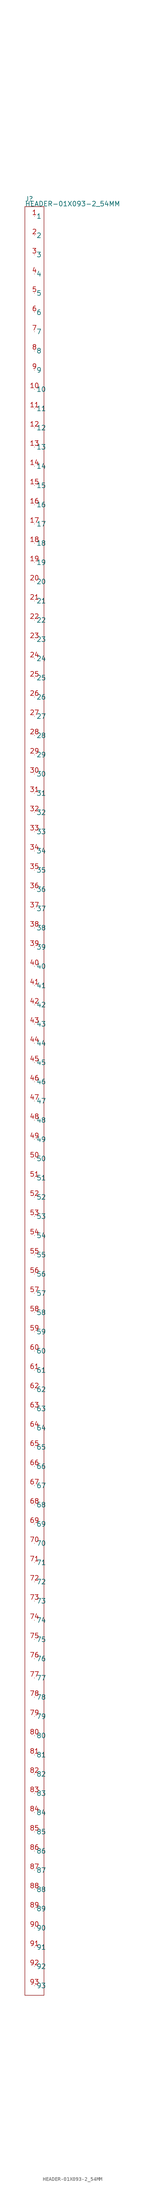
<source format=kicad_sym>
(kicad_symbol_lib
  (version 20211014)
  (generator kicad_symbol_editor)
  (symbol "HEADER-01X093-2_54MM"
    (pin_names)
    (property "Reference" "J"
      (at -2.54 237.49 0)
      (effects (font (size 1.27 1.27)) (justify left bottom)))
    (property "Value" "HEADER-01X093-2_54MM"
      (at -2.54 236.22 0)
      (effects (font (size 1.27 1.27)) (justify left bottom)))
    (property "Datasheet" ""
      (at 0 0 0))
    (property "ki_description" "Header 1x93  - Header Vertical 93POS 2.54MM Technical Specifications: Pitch: 0.1\" (2.54mm) "
      (at 0 0 0))
    (property "ki_fp_filters" "FlashPCB_Connectors:HEADER-THT-01X093-2_54MM FlashPCB_Connectors:HEADER-THT-LONG-01X093-2_54MM FlashPCB_Connectors:HEADER-THT-NOSILK-01X093-2_54MM FlashPCB_Connectors:HEADER-THT-LONG-NOSILK-01X093-2_54MM"
      (at 0 0 0))
    (symbol "HEADER-01X093-2_54MM_1_1"
      (polyline (pts (xy -2.54 236.22) (xy 2.54 236.22)) (stroke (width 0.127)) (fill (type none)))
      (polyline (pts (xy 2.54 236.22) (xy 2.54 -236.22)) (stroke (width 0.127)) (fill (type none)))
      (polyline (pts (xy 2.54 -236.22) (xy -2.54 -236.22)) (stroke (width 0.127)) (fill (type none)))
      (polyline (pts (xy -2.54 -236.22) (xy -2.54 236.22)) (stroke (width 0.127)) (fill (type none)))
      (pin bidirectional line (at 0 233.68 0) (length 0) (name "1" (effects (font (size 1.27 1.27)))) (number "1" (effects (font (size 1.27 1.27)))))
      (pin bidirectional line (at 0 228.6 0) (length 0) (name "2" (effects (font (size 1.27 1.27)))) (number "2" (effects (font (size 1.27 1.27)))))
      (pin bidirectional line (at 0 223.52 0) (length 0) (name "3" (effects (font (size 1.27 1.27)))) (number "3" (effects (font (size 1.27 1.27)))))
      (pin bidirectional line (at 0 218.44 0) (length 0) (name "4" (effects (font (size 1.27 1.27)))) (number "4" (effects (font (size 1.27 1.27)))))
      (pin bidirectional line (at 0 213.36 0) (length 0) (name "5" (effects (font (size 1.27 1.27)))) (number "5" (effects (font (size 1.27 1.27)))))
      (pin bidirectional line (at 0 208.28 0) (length 0) (name "6" (effects (font (size 1.27 1.27)))) (number "6" (effects (font (size 1.27 1.27)))))
      (pin bidirectional line (at 0 203.2 0) (length 0) (name "7" (effects (font (size 1.27 1.27)))) (number "7" (effects (font (size 1.27 1.27)))))
      (pin bidirectional line (at 0 198.12 0) (length 0) (name "8" (effects (font (size 1.27 1.27)))) (number "8" (effects (font (size 1.27 1.27)))))
      (pin bidirectional line (at 0 193.04 0) (length 0) (name "9" (effects (font (size 1.27 1.27)))) (number "9" (effects (font (size 1.27 1.27)))))
      (pin bidirectional line (at 0 187.96 0) (length 0) (name "10" (effects (font (size 1.27 1.27)))) (number "10" (effects (font (size 1.27 1.27)))))
      (pin bidirectional line (at 0 182.88 0) (length 0) (name "11" (effects (font (size 1.27 1.27)))) (number "11" (effects (font (size 1.27 1.27)))))
      (pin bidirectional line (at 0 177.8 0) (length 0) (name "12" (effects (font (size 1.27 1.27)))) (number "12" (effects (font (size 1.27 1.27)))))
      (pin bidirectional line (at 0 172.72 0) (length 0) (name "13" (effects (font (size 1.27 1.27)))) (number "13" (effects (font (size 1.27 1.27)))))
      (pin bidirectional line (at 0 167.64 0) (length 0) (name "14" (effects (font (size 1.27 1.27)))) (number "14" (effects (font (size 1.27 1.27)))))
      (pin bidirectional line (at 0 162.56 0) (length 0) (name "15" (effects (font (size 1.27 1.27)))) (number "15" (effects (font (size 1.27 1.27)))))
      (pin bidirectional line (at 0 157.48 0) (length 0) (name "16" (effects (font (size 1.27 1.27)))) (number "16" (effects (font (size 1.27 1.27)))))
      (pin bidirectional line (at 0 152.4 0) (length 0) (name "17" (effects (font (size 1.27 1.27)))) (number "17" (effects (font (size 1.27 1.27)))))
      (pin bidirectional line (at 0 147.32 0) (length 0) (name "18" (effects (font (size 1.27 1.27)))) (number "18" (effects (font (size 1.27 1.27)))))
      (pin bidirectional line (at 0 142.24 0) (length 0) (name "19" (effects (font (size 1.27 1.27)))) (number "19" (effects (font (size 1.27 1.27)))))
      (pin bidirectional line (at 0 137.16 0) (length 0) (name "20" (effects (font (size 1.27 1.27)))) (number "20" (effects (font (size 1.27 1.27)))))
      (pin bidirectional line (at 0 132.08 0) (length 0) (name "21" (effects (font (size 1.27 1.27)))) (number "21" (effects (font (size 1.27 1.27)))))
      (pin bidirectional line (at 0 127 0) (length 0) (name "22" (effects (font (size 1.27 1.27)))) (number "22" (effects (font (size 1.27 1.27)))))
      (pin bidirectional line (at 0 121.92 0) (length 0) (name "23" (effects (font (size 1.27 1.27)))) (number "23" (effects (font (size 1.27 1.27)))))
      (pin bidirectional line (at 0 116.84 0) (length 0) (name "24" (effects (font (size 1.27 1.27)))) (number "24" (effects (font (size 1.27 1.27)))))
      (pin bidirectional line (at 0 111.76 0) (length 0) (name "25" (effects (font (size 1.27 1.27)))) (number "25" (effects (font (size 1.27 1.27)))))
      (pin bidirectional line (at 0 106.68 0) (length 0) (name "26" (effects (font (size 1.27 1.27)))) (number "26" (effects (font (size 1.27 1.27)))))
      (pin bidirectional line (at 0 101.6 0) (length 0) (name "27" (effects (font (size 1.27 1.27)))) (number "27" (effects (font (size 1.27 1.27)))))
      (pin bidirectional line (at 0 96.52 0) (length 0) (name "28" (effects (font (size 1.27 1.27)))) (number "28" (effects (font (size 1.27 1.27)))))
      (pin bidirectional line (at 0 91.44 0) (length 0) (name "29" (effects (font (size 1.27 1.27)))) (number "29" (effects (font (size 1.27 1.27)))))
      (pin bidirectional line (at 0 86.36 0) (length 0) (name "30" (effects (font (size 1.27 1.27)))) (number "30" (effects (font (size 1.27 1.27)))))
      (pin bidirectional line (at 0 81.28 0) (length 0) (name "31" (effects (font (size 1.27 1.27)))) (number "31" (effects (font (size 1.27 1.27)))))
      (pin bidirectional line (at 0 76.2 0) (length 0) (name "32" (effects (font (size 1.27 1.27)))) (number "32" (effects (font (size 1.27 1.27)))))
      (pin bidirectional line (at 0 71.12 0) (length 0) (name "33" (effects (font (size 1.27 1.27)))) (number "33" (effects (font (size 1.27 1.27)))))
      (pin bidirectional line (at 0 66.04 0) (length 0) (name "34" (effects (font (size 1.27 1.27)))) (number "34" (effects (font (size 1.27 1.27)))))
      (pin bidirectional line (at 0 60.96 0) (length 0) (name "35" (effects (font (size 1.27 1.27)))) (number "35" (effects (font (size 1.27 1.27)))))
      (pin bidirectional line (at 0 55.88 0) (length 0) (name "36" (effects (font (size 1.27 1.27)))) (number "36" (effects (font (size 1.27 1.27)))))
      (pin bidirectional line (at 0 50.8 0) (length 0) (name "37" (effects (font (size 1.27 1.27)))) (number "37" (effects (font (size 1.27 1.27)))))
      (pin bidirectional line (at 0 45.72 0) (length 0) (name "38" (effects (font (size 1.27 1.27)))) (number "38" (effects (font (size 1.27 1.27)))))
      (pin bidirectional line (at 0 40.64 0) (length 0) (name "39" (effects (font (size 1.27 1.27)))) (number "39" (effects (font (size 1.27 1.27)))))
      (pin bidirectional line (at 0 35.56 0) (length 0) (name "40" (effects (font (size 1.27 1.27)))) (number "40" (effects (font (size 1.27 1.27)))))
      (pin bidirectional line (at 0 30.48 0) (length 0) (name "41" (effects (font (size 1.27 1.27)))) (number "41" (effects (font (size 1.27 1.27)))))
      (pin bidirectional line (at 0 25.4 0) (length 0) (name "42" (effects (font (size 1.27 1.27)))) (number "42" (effects (font (size 1.27 1.27)))))
      (pin bidirectional line (at 0 20.32 0) (length 0) (name "43" (effects (font (size 1.27 1.27)))) (number "43" (effects (font (size 1.27 1.27)))))
      (pin bidirectional line (at 0 15.24 0) (length 0) (name "44" (effects (font (size 1.27 1.27)))) (number "44" (effects (font (size 1.27 1.27)))))
      (pin bidirectional line (at 0 10.16 0) (length 0) (name "45" (effects (font (size 1.27 1.27)))) (number "45" (effects (font (size 1.27 1.27)))))
      (pin bidirectional line (at 0 5.08 0) (length 0) (name "46" (effects (font (size 1.27 1.27)))) (number "46" (effects (font (size 1.27 1.27)))))
      (pin bidirectional line (at 0 0 0) (length 0) (name "47" (effects (font (size 1.27 1.27)))) (number "47" (effects (font (size 1.27 1.27)))))
      (pin bidirectional line (at 0 -5.08 0) (length 0) (name "48" (effects (font (size 1.27 1.27)))) (number "48" (effects (font (size 1.27 1.27)))))
      (pin bidirectional line (at 0 -10.16 0) (length 0) (name "49" (effects (font (size 1.27 1.27)))) (number "49" (effects (font (size 1.27 1.27)))))
      (pin bidirectional line (at 0 -15.24 0) (length 0) (name "50" (effects (font (size 1.27 1.27)))) (number "50" (effects (font (size 1.27 1.27)))))
      (pin bidirectional line (at 0 -20.32 0) (length 0) (name "51" (effects (font (size 1.27 1.27)))) (number "51" (effects (font (size 1.27 1.27)))))
      (pin bidirectional line (at 0 -25.4 0) (length 0) (name "52" (effects (font (size 1.27 1.27)))) (number "52" (effects (font (size 1.27 1.27)))))
      (pin bidirectional line (at 0 -30.48 0) (length 0) (name "53" (effects (font (size 1.27 1.27)))) (number "53" (effects (font (size 1.27 1.27)))))
      (pin bidirectional line (at 0 -35.56 0) (length 0) (name "54" (effects (font (size 1.27 1.27)))) (number "54" (effects (font (size 1.27 1.27)))))
      (pin bidirectional line (at 0 -40.64 0) (length 0) (name "55" (effects (font (size 1.27 1.27)))) (number "55" (effects (font (size 1.27 1.27)))))
      (pin bidirectional line (at 0 -45.72 0) (length 0) (name "56" (effects (font (size 1.27 1.27)))) (number "56" (effects (font (size 1.27 1.27)))))
      (pin bidirectional line (at 0 -50.8 0) (length 0) (name "57" (effects (font (size 1.27 1.27)))) (number "57" (effects (font (size 1.27 1.27)))))
      (pin bidirectional line (at 0 -55.88 0) (length 0) (name "58" (effects (font (size 1.27 1.27)))) (number "58" (effects (font (size 1.27 1.27)))))
      (pin bidirectional line (at 0 -60.96 0) (length 0) (name "59" (effects (font (size 1.27 1.27)))) (number "59" (effects (font (size 1.27 1.27)))))
      (pin bidirectional line (at 0 -66.04 0) (length 0) (name "60" (effects (font (size 1.27 1.27)))) (number "60" (effects (font (size 1.27 1.27)))))
      (pin bidirectional line (at 0 -71.12 0) (length 0) (name "61" (effects (font (size 1.27 1.27)))) (number "61" (effects (font (size 1.27 1.27)))))
      (pin bidirectional line (at 0 -76.2 0) (length 0) (name "62" (effects (font (size 1.27 1.27)))) (number "62" (effects (font (size 1.27 1.27)))))
      (pin bidirectional line (at 0 -81.28 0) (length 0) (name "63" (effects (font (size 1.27 1.27)))) (number "63" (effects (font (size 1.27 1.27)))))
      (pin bidirectional line (at 0 -86.36 0) (length 0) (name "64" (effects (font (size 1.27 1.27)))) (number "64" (effects (font (size 1.27 1.27)))))
      (pin bidirectional line (at 0 -91.44 0) (length 0) (name "65" (effects (font (size 1.27 1.27)))) (number "65" (effects (font (size 1.27 1.27)))))
      (pin bidirectional line (at 0 -96.52 0) (length 0) (name "66" (effects (font (size 1.27 1.27)))) (number "66" (effects (font (size 1.27 1.27)))))
      (pin bidirectional line (at 0 -101.6 0) (length 0) (name "67" (effects (font (size 1.27 1.27)))) (number "67" (effects (font (size 1.27 1.27)))))
      (pin bidirectional line (at 0 -106.68 0) (length 0) (name "68" (effects (font (size 1.27 1.27)))) (number "68" (effects (font (size 1.27 1.27)))))
      (pin bidirectional line (at 0 -111.76 0) (length 0) (name "69" (effects (font (size 1.27 1.27)))) (number "69" (effects (font (size 1.27 1.27)))))
      (pin bidirectional line (at 0 -116.84 0) (length 0) (name "70" (effects (font (size 1.27 1.27)))) (number "70" (effects (font (size 1.27 1.27)))))
      (pin bidirectional line (at 0 -121.92 0) (length 0) (name "71" (effects (font (size 1.27 1.27)))) (number "71" (effects (font (size 1.27 1.27)))))
      (pin bidirectional line (at 0 -127 0) (length 0) (name "72" (effects (font (size 1.27 1.27)))) (number "72" (effects (font (size 1.27 1.27)))))
      (pin bidirectional line (at 0 -132.08 0) (length 0) (name "73" (effects (font (size 1.27 1.27)))) (number "73" (effects (font (size 1.27 1.27)))))
      (pin bidirectional line (at 0 -137.16 0) (length 0) (name "74" (effects (font (size 1.27 1.27)))) (number "74" (effects (font (size 1.27 1.27)))))
      (pin bidirectional line (at 0 -142.24 0) (length 0) (name "75" (effects (font (size 1.27 1.27)))) (number "75" (effects (font (size 1.27 1.27)))))
      (pin bidirectional line (at 0 -147.32 0) (length 0) (name "76" (effects (font (size 1.27 1.27)))) (number "76" (effects (font (size 1.27 1.27)))))
      (pin bidirectional line (at 0 -152.4 0) (length 0) (name "77" (effects (font (size 1.27 1.27)))) (number "77" (effects (font (size 1.27 1.27)))))
      (pin bidirectional line (at 0 -157.48 0) (length 0) (name "78" (effects (font (size 1.27 1.27)))) (number "78" (effects (font (size 1.27 1.27)))))
      (pin bidirectional line (at 0 -162.56 0) (length 0) (name "79" (effects (font (size 1.27 1.27)))) (number "79" (effects (font (size 1.27 1.27)))))
      (pin bidirectional line (at 0 -167.64 0) (length 0) (name "80" (effects (font (size 1.27 1.27)))) (number "80" (effects (font (size 1.27 1.27)))))
      (pin bidirectional line (at 0 -172.72 0) (length 0) (name "81" (effects (font (size 1.27 1.27)))) (number "81" (effects (font (size 1.27 1.27)))))
      (pin bidirectional line (at 0 -177.8 0) (length 0) (name "82" (effects (font (size 1.27 1.27)))) (number "82" (effects (font (size 1.27 1.27)))))
      (pin bidirectional line (at 0 -182.88 0) (length 0) (name "83" (effects (font (size 1.27 1.27)))) (number "83" (effects (font (size 1.27 1.27)))))
      (pin bidirectional line (at 0 -187.96 0) (length 0) (name "84" (effects (font (size 1.27 1.27)))) (number "84" (effects (font (size 1.27 1.27)))))
      (pin bidirectional line (at 0 -193.04 0) (length 0) (name "85" (effects (font (size 1.27 1.27)))) (number "85" (effects (font (size 1.27 1.27)))))
      (pin bidirectional line (at 0 -198.12 0) (length 0) (name "86" (effects (font (size 1.27 1.27)))) (number "86" (effects (font (size 1.27 1.27)))))
      (pin bidirectional line (at 0 -203.2 0) (length 0) (name "87" (effects (font (size 1.27 1.27)))) (number "87" (effects (font (size 1.27 1.27)))))
      (pin bidirectional line (at 0 -208.28 0) (length 0) (name "88" (effects (font (size 1.27 1.27)))) (number "88" (effects (font (size 1.27 1.27)))))
      (pin bidirectional line (at 0 -213.36 0) (length 0) (name "89" (effects (font (size 1.27 1.27)))) (number "89" (effects (font (size 1.27 1.27)))))
      (pin bidirectional line (at 0 -218.44 0) (length 0) (name "90" (effects (font (size 1.27 1.27)))) (number "90" (effects (font (size 1.27 1.27)))))
      (pin bidirectional line (at 0 -223.52 0) (length 0) (name "91" (effects (font (size 1.27 1.27)))) (number "91" (effects (font (size 1.27 1.27)))))
      (pin bidirectional line (at 0 -228.6 0) (length 0) (name "92" (effects (font (size 1.27 1.27)))) (number "92" (effects (font (size 1.27 1.27)))))
      (pin bidirectional line (at 0 -233.68 0) (length 0) (name "93" (effects (font (size 1.27 1.27)))) (number "93" (effects (font (size 1.27 1.27))))))))
</source>
